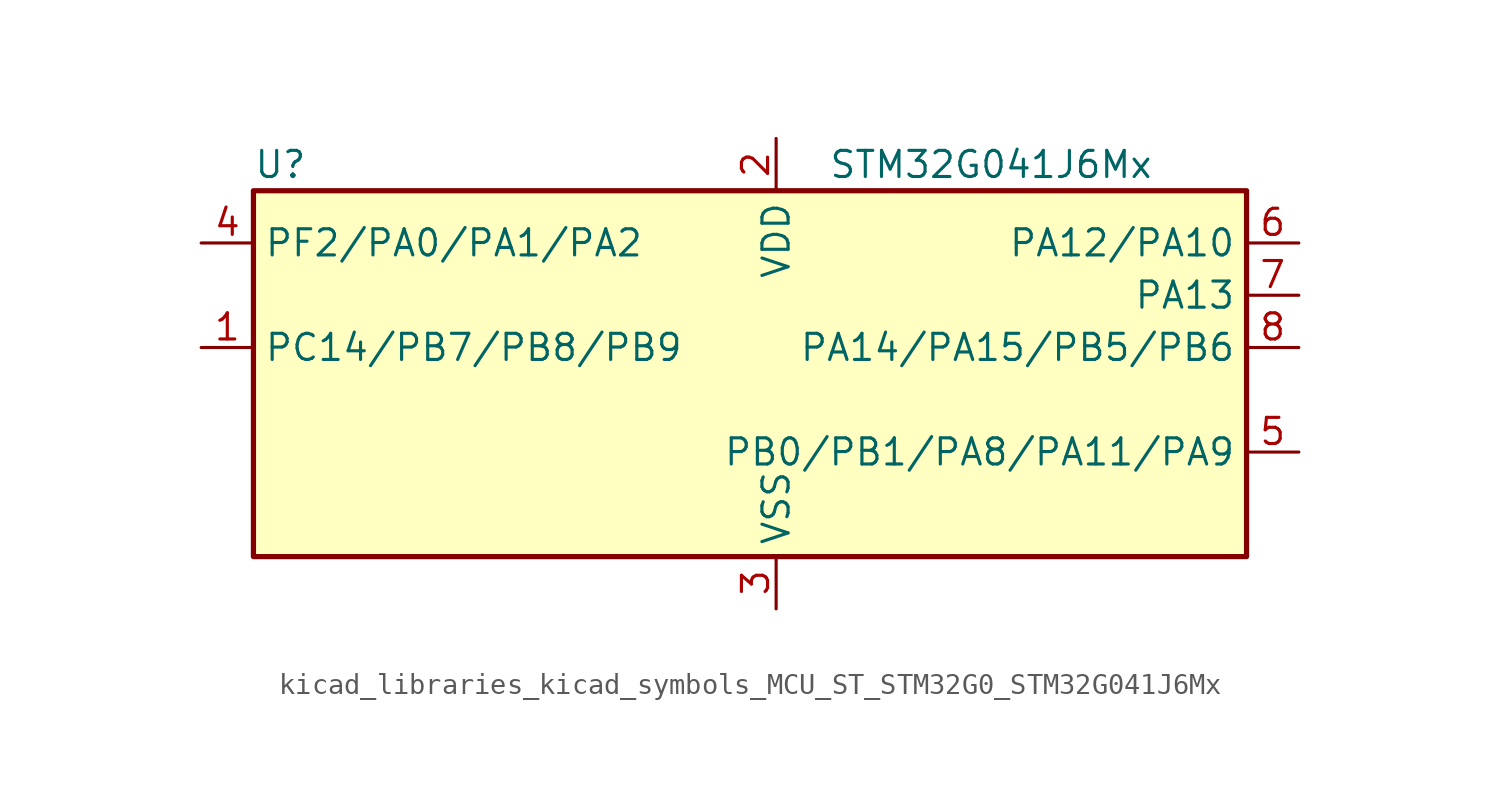
<source format=kicad_sym>
(kicad_symbol_lib
  (version 20220914)
  (generator kicad_symbol_editor)
  (symbol "kicad_libraries_kicad_symbols_MCU_ST_STM32G0_STM32G041J6Mx"
    (property "Reference" "U"
      (at -22.86 11.43 0)
      (effects (font (size 1.27 1.27)) (justify left)))
    (property "Value" "STM32G041J6Mx"
      (at 5.08 11.43 0)
      (effects (font (size 1.27 1.27)) (justify left)))
    (property "ki_locked" ""
      (at 0 0 0)
      (effects (font (size 1.27 1.27))))
    (symbol "kicad_libraries_kicad_symbols_MCU_ST_STM32G0_STM32G041J6Mx_0_1"
      (rectangle (start -22.86 -7.62) (end 25.4 10.16) (stroke (width 0.254) (type default)) (fill (type background))))
    (symbol "kicad_libraries_kicad_symbols_MCU_ST_STM32G0_STM32G041J6Mx_1_1"
      (pin bidirectional line (at -25.4 2.54 0) (length 2.54) (name "PC14/PB7/PB8/PB9" (effects (font (size 1.27 1.27)))) (number "1" (effects (font (size 1.27 1.27)))) (alternate "RCC_OSC32_IN" bidirectional line) (alternate "RCC_OSC_IN" bidirectional line) (alternate "TIM1_BK2" bidirectional line))
      (pin power_in line (at 2.54 12.7 270) (length 2.54) (name "VDD" (effects (font (size 1.27 1.27)))) (number "2" (effects (font (size 1.27 1.27)))))
      (pin power_in line (at 2.54 -10.16 90) (length 2.54) (name "VSS" (effects (font (size 1.27 1.27)))) (number "3" (effects (font (size 1.27 1.27)))))
      (pin bidirectional line (at -25.4 7.62 0) (length 2.54) (name "PF2/PA0/PA1/PA2" (effects (font (size 1.27 1.27)))) (number "4" (effects (font (size 1.27 1.27)))) (alternate "RCC_MCO" bidirectional line))
      (pin bidirectional line (at 27.94 -2.54 180) (length 2.54) (name "PB0/PB1/PA8/PA11/PA9" (effects (font (size 1.27 1.27)))) (number "5" (effects (font (size 1.27 1.27)))) (alternate "ADC1_IN8" bidirectional line) (alternate "I2S1_WS" bidirectional line) (alternate "LPTIM1_OUT" bidirectional line) (alternate "SPI1_NSS" bidirectional line) (alternate "TIM1_CH2N" bidirectional line) (alternate "TIM3_CH3" bidirectional line))
      (pin bidirectional line (at 27.94 7.62 180) (length 2.54) (name "PA12/PA10" (effects (font (size 1.27 1.27)))) (number "6" (effects (font (size 1.27 1.27)))) (alternate "ADC1_IN16" bidirectional line) (alternate "I2C2_SDA" bidirectional line) (alternate "I2S1_SD" bidirectional line) (alternate "I2S_CKIN" bidirectional line) (alternate "SPI1_MOSI" bidirectional line) (alternate "TIM1_ETR" bidirectional line) (alternate "USART1_CK" bidirectional line) (alternate "USART1_DE" bidirectional line) (alternate "USART1_RTS" bidirectional line))
      (pin bidirectional line (at 27.94 5.08 180) (length 2.54) (name "PA13" (effects (font (size 1.27 1.27)))) (number "7" (effects (font (size 1.27 1.27)))) (alternate "ADC1_IN17" bidirectional line) (alternate "IR_OUT" bidirectional line) (alternate "SYS_SWDIO" bidirectional line))
      (pin bidirectional line (at 27.94 2.54 180) (length 2.54) (name "PA14/PA15/PB5/PB6" (effects (font (size 1.27 1.27)))) (number "8" (effects (font (size 1.27 1.27)))) (alternate "ADC1_IN18" bidirectional line) (alternate "SYS_SWCLK" bidirectional line) (alternate "USART2_TX" bidirectional line)))))
</source>
